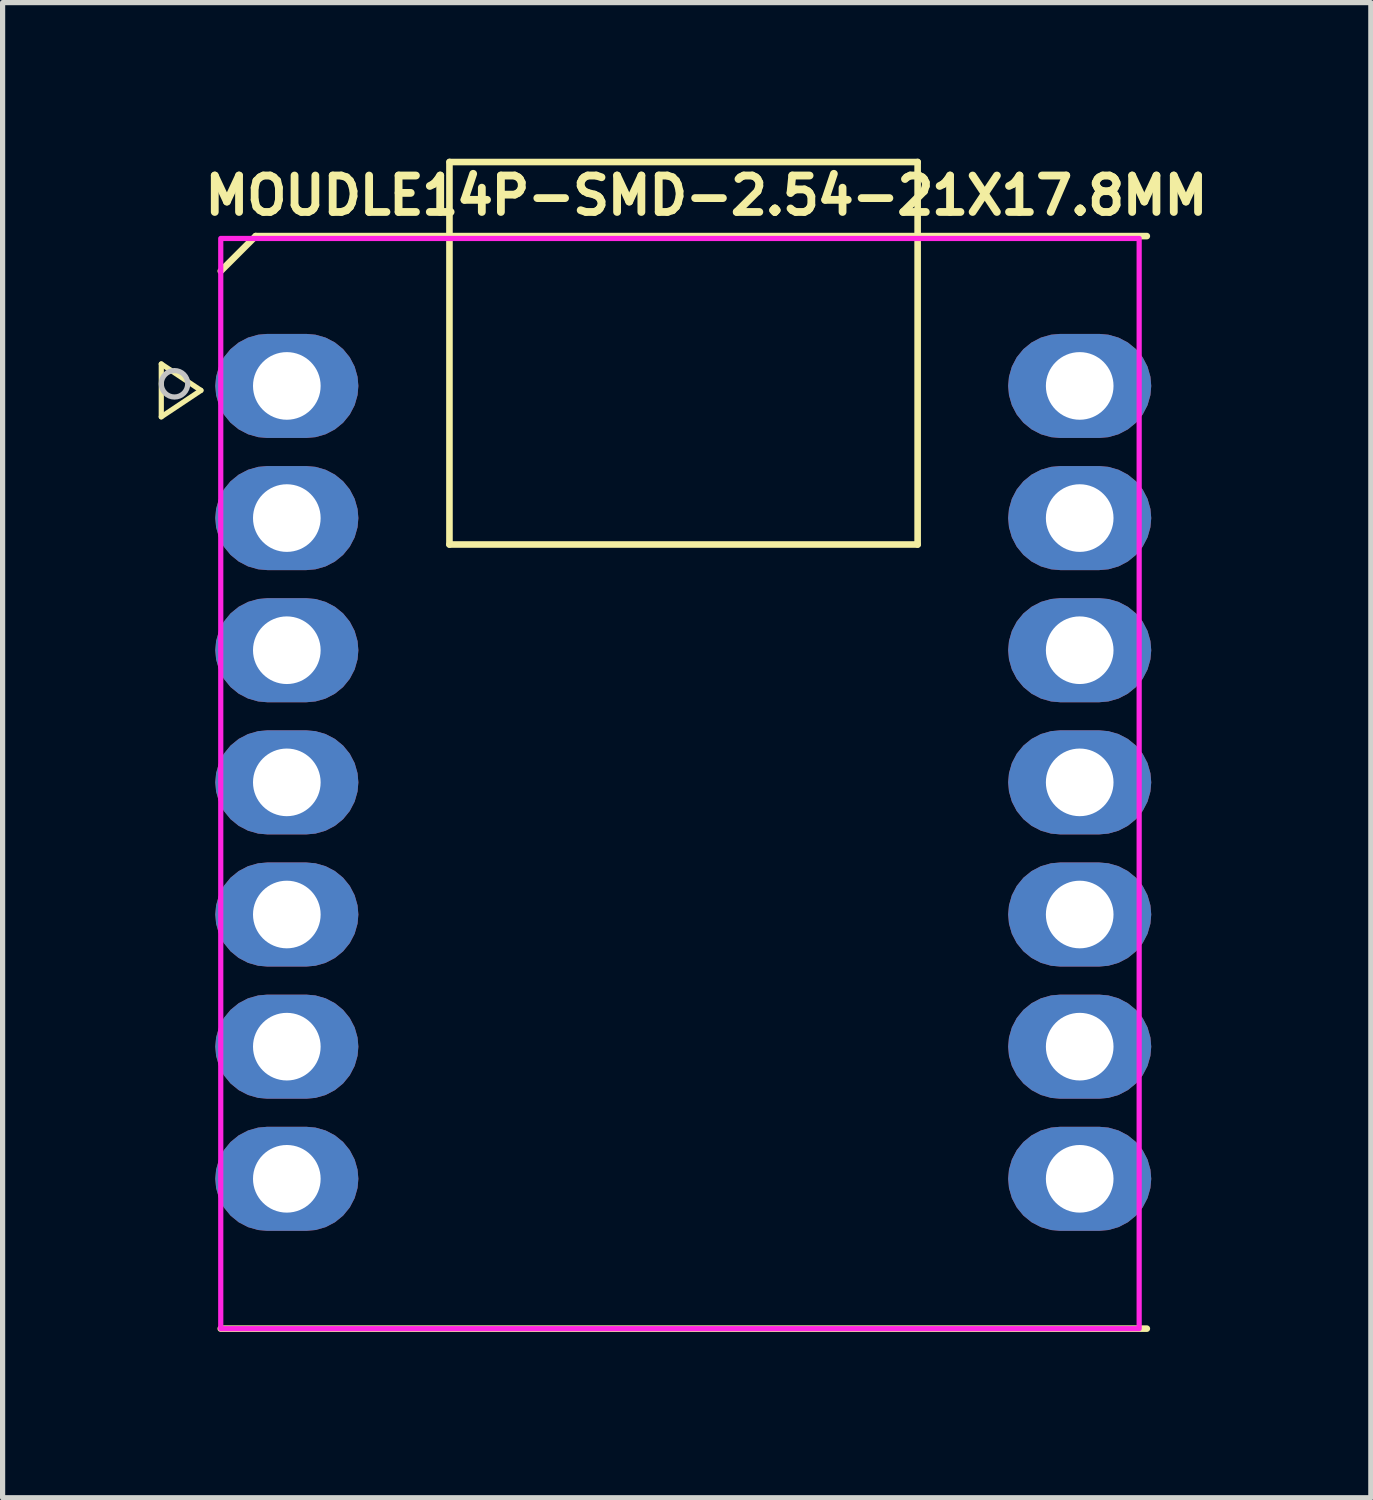
<source format=kicad_pcb>
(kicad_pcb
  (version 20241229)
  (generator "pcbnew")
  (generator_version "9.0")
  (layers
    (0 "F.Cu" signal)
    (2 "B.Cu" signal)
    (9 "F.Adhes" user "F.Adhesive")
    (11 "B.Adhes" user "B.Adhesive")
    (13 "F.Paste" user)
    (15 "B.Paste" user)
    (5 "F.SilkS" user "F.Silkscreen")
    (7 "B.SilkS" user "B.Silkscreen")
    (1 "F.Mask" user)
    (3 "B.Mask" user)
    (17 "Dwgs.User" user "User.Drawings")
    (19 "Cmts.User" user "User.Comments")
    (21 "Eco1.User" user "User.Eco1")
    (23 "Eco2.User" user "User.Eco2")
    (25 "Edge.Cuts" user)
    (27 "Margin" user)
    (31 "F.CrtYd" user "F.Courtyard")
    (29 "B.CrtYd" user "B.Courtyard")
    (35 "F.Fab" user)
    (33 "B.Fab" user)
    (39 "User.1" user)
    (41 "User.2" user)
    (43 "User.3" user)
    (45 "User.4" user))
  (footprint "MOUDLE14P-SMD-2.54-21X17.8MM"
    (layer "F.Cu")
    (at 1.193 22.488)
    (property "Reference" "MOUDLE14P-SMD-2.54-21X17.8MM" (at 9.335 -21.78 0) (layer "F.SilkS") (effects (font (size 0.7 0.7) (thickness 0.15))))
    (attr through_hole)
    (fp_line (start -1.143 -18.542) (end -0.381 -18.034) (stroke (width 0.1) (type default)) (layer "F.SilkS"))
    (fp_line (start -1.143 -17.526) (end -1.143 -18.542) (stroke (width 0.1) (type default)) (layer "F.SilkS"))
    (fp_line (start -0.381 -18.034) (end -1.143 -17.526) (stroke (width 0.1) (type default)) (layer "F.SilkS"))
    (fp_line (start 0 0) (end 17.8 0) (stroke (width 0.127) (type solid)) (layer "F.SilkS"))
    (fp_line (start 0.672 -21) (end 0 -20.328) (stroke (width 0.127) (type solid)) (layer "F.SilkS"))
    (fp_line (start 4.396 -15.072) (end 4.396 -22.425) (stroke (width 0.127) (type solid)) (layer "F.SilkS"))
    (fp_line (start 4.4 -22.424) (end 13.395 -22.424) (stroke (width 0.127) (type solid)) (layer "F.SilkS"))
    (fp_line (start 13.395 -22.424) (end 13.395 -15.072) (stroke (width 0.127) (type solid)) (layer "F.SilkS"))
    (fp_line (start 13.395 -15.072) (end 4.396 -15.072) (stroke (width 0.127) (type solid)) (layer "F.SilkS"))
    (fp_line (start 17.8 -21) (end 0.672 -21) (stroke (width 0.127) (type solid)) (layer "F.SilkS"))
    (fp_circle (center -0.889 -18.161) (end -0.635 -18.161) (stroke (width 0.1) (type solid)) (fill no) (layer "Dwgs.User"))
    (fp_poly (pts (xy 0 -20.955) (xy 17.653 -20.955) (xy 17.653 0) (xy 0 0)) (stroke (width 0.1) (type solid)) (fill no) (layer "F.CrtYd"))
    (pad "1" thru_hole roundrect (at 1.27 -18.12) (size 2.75 2) (drill 1.3) (layers "*.Cu" "*.Mask") (roundrect_rratio 0.5))
    (pad "2" thru_hole roundrect (at 1.27 -15.58) (size 2.75 2) (drill 1.3) (layers "*.Cu" "*.Mask") (roundrect_rratio 0.5))
    (pad "3" thru_hole roundrect (at 1.27 -13.04) (size 2.75 2) (drill 1.3) (layers "*.Cu" "*.Mask") (roundrect_rratio 0.5))
    (pad "4" thru_hole roundrect (at 1.27 -10.5) (size 2.75 2) (drill 1.3) (layers "*.Cu" "*.Mask") (roundrect_rratio 0.5))
    (pad "5" thru_hole roundrect (at 1.27 -7.96) (size 2.75 2) (drill 1.3) (layers "*.Cu" "*.Mask") (roundrect_rratio 0.5))
    (pad "6" thru_hole roundrect (at 1.27 -5.42) (size 2.75 2) (drill 1.3) (layers "*.Cu" "*.Mask") (roundrect_rratio 0.5))
    (pad "7" thru_hole roundrect (at 1.27 -2.88) (size 2.75 2) (drill 1.3) (layers "*.Cu" "*.Mask") (roundrect_rratio 0.5))
    (pad "8" thru_hole roundrect (at 16.51 -2.88) (size 2.75 2) (drill 1.3) (layers "*.Cu" "*.Mask") (roundrect_rratio 0.5))
    (pad "9" thru_hole roundrect (at 16.51 -5.42) (size 2.75 2) (drill 1.3) (layers "*.Cu" "*.Mask") (roundrect_rratio 0.5))
    (pad "10" thru_hole roundrect (at 16.51 -7.96) (size 2.75 2) (drill 1.3) (layers "*.Cu" "*.Mask") (roundrect_rratio 0.5))
    (pad "11" thru_hole roundrect (at 16.51 -10.5) (size 2.75 2) (drill 1.3) (layers "*.Cu" "*.Mask") (roundrect_rratio 0.5))
    (pad "12" thru_hole roundrect (at 16.51 -13.04) (size 2.75 2) (drill 1.3) (layers "*.Cu" "*.Mask") (roundrect_rratio 0.5))
    (pad "13" thru_hole roundrect (at 16.51 -15.58) (size 2.75 2) (drill 1.3) (layers "*.Cu" "*.Mask") (roundrect_rratio 0.5))
    (pad "14" thru_hole roundrect (at 16.51 -18.12) (size 2.75 2) (drill 1.3) (layers "*.Cu" "*.Mask") (roundrect_rratio 0.5))
    (zone (net_name "") (layer "F.Cu") (hatch full 0.508) (connect_pads) (min_thickness 0.01) (filled_areas_thickness no) (keepout (tracks not_allowed) (vias not_allowed) (pads not_allowed) (copperpour not_allowed) (footprints allowed)) (placement (enabled no)) (fill) (polygon (pts (xy 4.178 9.725) (xy 7.098 9.725) (xy 7.098 11.757) (xy 4.178 11.757))))
    (zone (net_name "") (layer "F.Cu") (hatch full 0.508) (connect_pads) (min_thickness 0.01) (filled_areas_thickness no) (keepout (tracks not_allowed) (vias not_allowed) (pads not_allowed) (copperpour not_allowed) (footprints allowed)) (placement (enabled no)) (fill) (polygon (pts (xy 4.876 1.407) (xy 6.654 1.407) (xy 6.654 4.074) (xy 4.876 4.074))))
    (zone (net_name "") (layer "F.Cu") (hatch full 0.508) (connect_pads) (min_thickness 0.01) (filled_areas_thickness no) (keepout (tracks not_allowed) (vias not_allowed) (pads not_allowed) (copperpour not_allowed) (footprints allowed)) (placement (enabled no)) (fill) (polygon (pts (xy 4.876 5.471) (xy 6.654 5.471) (xy 6.654 8.137) (xy 4.876 8.137))))
    (zone (net_name "") (layer "F.Cu") (hatch full 0.508) (connect_pads) (min_thickness 0.01) (filled_areas_thickness no) (keepout (tracks not_allowed) (vias not_allowed) (pads not_allowed) (copperpour not_allowed) (footprints allowed)) (placement (enabled no)) (fill) (polygon (pts (xy 7.543 2.168) (xy 12.75 2.168) (xy 12.75 9.153) (xy 7.543 9.153))))
    (zone (net_name "") (layer "F.Cu") (hatch full 0.508) (connect_pads) (min_thickness 0.01) (filled_areas_thickness no) (keepout (tracks not_allowed) (vias not_allowed) (pads not_allowed) (copperpour not_allowed) (footprints allowed)) (placement (enabled no)) (fill) (polygon (pts (xy 7.543 19.314) (xy 13.258 19.314) (xy 13.258 21.854) (xy 7.543 21.854))))
    (zone (net_name "") (layer "F.Cu") (hatch full 0.508) (connect_pads) (min_thickness 0.01) (filled_areas_thickness no) (keepout (tracks not_allowed) (vias not_allowed) (pads not_allowed) (copperpour not_allowed) (footprints allowed)) (placement (enabled no)) (fill) (polygon (pts (xy 10.972 11.185) (xy 14.02 11.185) (xy 14.02 14.233) (xy 10.972 14.233))))
    (zone (net_name "") (layer "F.Cu") (hatch full 0.508) (connect_pads) (min_thickness 0.01) (filled_areas_thickness no) (keepout (tracks not_allowed) (vias not_allowed) (pads not_allowed) (copperpour not_allowed) (footprints allowed)) (placement (enabled no)) (fill) (polygon (pts (xy 13.512 1.407) (xy 15.29 1.407) (xy 15.29 4.074) (xy 13.512 4.074))))
    (zone (net_name "") (layer "F.Cu") (hatch full 0.508) (connect_pads) (min_thickness 0.01) (filled_areas_thickness no) (keepout (tracks not_allowed) (vias not_allowed) (pads not_allowed) (copperpour not_allowed) (footprints allowed)) (placement (enabled no)) (fill) (polygon (pts (xy 13.512 5.471) (xy 15.29 5.471) (xy 15.29 8.137) (xy 13.512 8.137)))))
  (gr_rect
    (start -3 -3)
    (end 23.299 25.738)
    (stroke (width 0.1) (type default))
    (fill no)
    (layer "Edge.Cuts")))
</source>
